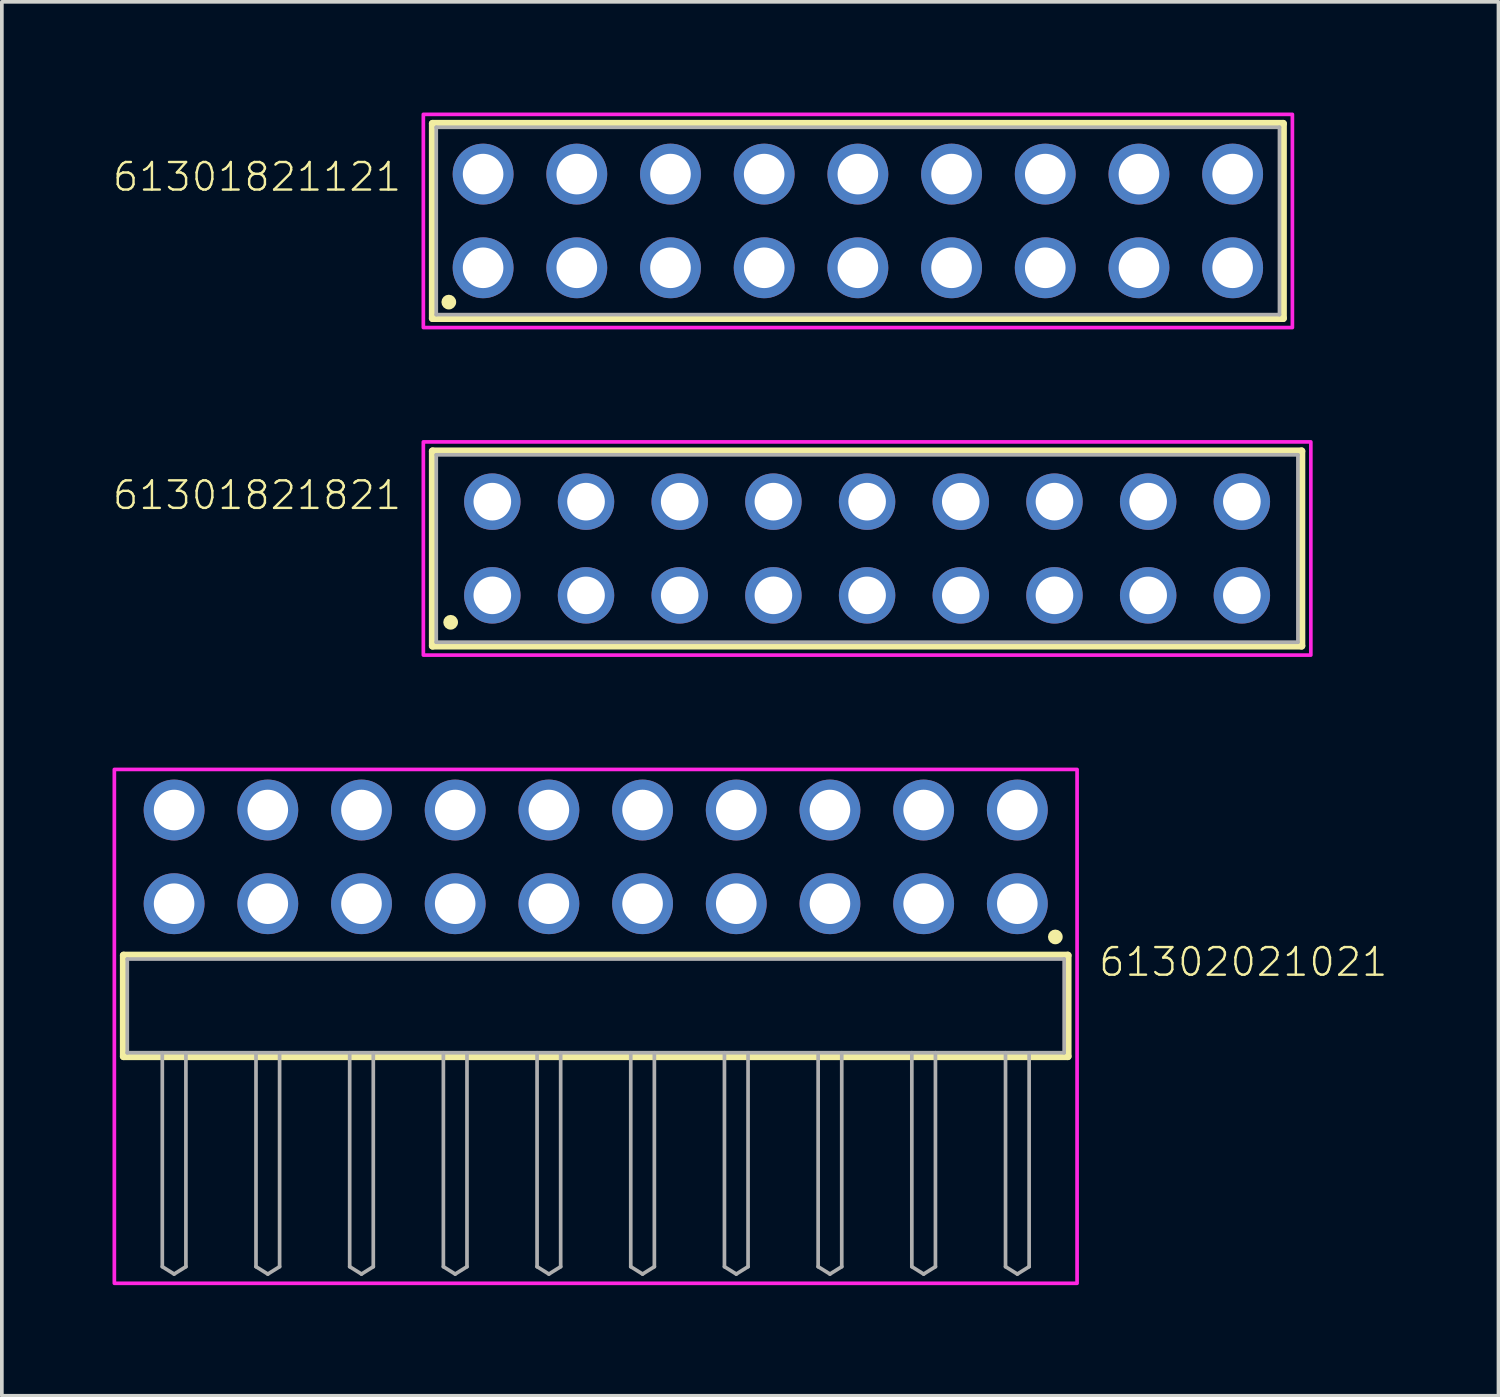
<source format=kicad_pcb>
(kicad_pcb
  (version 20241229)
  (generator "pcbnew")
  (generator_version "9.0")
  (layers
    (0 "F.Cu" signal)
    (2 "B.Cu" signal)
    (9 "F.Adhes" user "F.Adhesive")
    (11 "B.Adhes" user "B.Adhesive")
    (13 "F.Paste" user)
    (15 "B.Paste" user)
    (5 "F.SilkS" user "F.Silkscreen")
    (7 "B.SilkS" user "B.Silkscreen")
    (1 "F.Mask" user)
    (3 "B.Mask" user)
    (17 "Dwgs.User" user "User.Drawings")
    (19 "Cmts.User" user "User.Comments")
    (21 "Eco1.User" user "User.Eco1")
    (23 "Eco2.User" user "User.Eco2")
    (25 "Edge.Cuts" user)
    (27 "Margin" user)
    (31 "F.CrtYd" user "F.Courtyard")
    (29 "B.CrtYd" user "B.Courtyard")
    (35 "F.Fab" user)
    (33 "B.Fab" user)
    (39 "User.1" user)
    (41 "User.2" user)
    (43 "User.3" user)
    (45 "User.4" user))
  (footprint "61301821121"
    (layer "F.Cu")
    (at 20.207 2.94)
    (property "Reference" "61301821121" (at -12.328 -0.756 0) (unlocked yes) (layer "F.SilkS") (effects (font (size 0.748 0.748) (thickness 0.065)) (justify right bottom)))
    (fp_line (start -11.53 -2.64) (end 11.53 -2.64) (stroke (width 0.2) (type solid)) (layer "F.SilkS"))
    (fp_line (start -11.53 2.64) (end -11.53 -2.64) (stroke (width 0.2) (type solid)) (layer "F.SilkS"))
    (fp_line (start 11.53 -2.64) (end 11.53 2.64) (stroke (width 0.2) (type solid)) (layer "F.SilkS"))
    (fp_line (start 11.53 2.64) (end -11.53 2.64) (stroke (width 0.2) (type solid)) (layer "F.SilkS"))
    (fp_circle (center -11.09 2.2) (end -10.99 2.2) (stroke (width 0.2) (type solid)) (fill no) (layer "F.SilkS"))
    (fp_poly (pts (xy 11.78 2.89) (xy -11.78 2.89) (xy -11.78 -2.89) (xy 11.78 -2.89)) (stroke (width 0.1) (type default)) (fill no) (layer "F.CrtYd"))
    (fp_line (start -11.43 -2.54) (end 11.43 -2.54) (stroke (width 0.1) (type solid)) (layer "F.Fab"))
    (fp_line (start -11.43 2.54) (end -11.43 -2.54) (stroke (width 0.1) (type solid)) (layer "F.Fab"))
    (fp_line (start 11.43 -2.54) (end 11.43 2.54) (stroke (width 0.1) (type solid)) (layer "F.Fab"))
    (fp_line (start 11.43 2.54) (end -11.43 2.54) (stroke (width 0.1) (type solid)) (layer "F.Fab"))
    (pad "1" thru_hole circle (at -10.16 1.27 90) (size 1.65 1.65) (drill 1.1) (layers "*.Cu" "*.Mask"))
    (pad "2" thru_hole circle (at -10.16 -1.27 270) (size 1.65 1.65) (drill 1.1) (layers "*.Cu" "*.Mask"))
    (pad "3" thru_hole circle (at -7.62 1.27 90) (size 1.65 1.65) (drill 1.1) (layers "*.Cu" "*.Mask"))
    (pad "4" thru_hole circle (at -7.62 -1.27 270) (size 1.65 1.65) (drill 1.1) (layers "*.Cu" "*.Mask"))
    (pad "5" thru_hole circle (at -5.08 1.27 90) (size 1.65 1.65) (drill 1.1) (layers "*.Cu" "*.Mask"))
    (pad "6" thru_hole circle (at -5.08 -1.27 270) (size 1.65 1.65) (drill 1.1) (layers "*.Cu" "*.Mask"))
    (pad "7" thru_hole circle (at -2.54 1.27 90) (size 1.65 1.65) (drill 1.1) (layers "*.Cu" "*.Mask"))
    (pad "8" thru_hole circle (at -2.54 -1.27 270) (size 1.65 1.65) (drill 1.1) (layers "*.Cu" "*.Mask"))
    (pad "9" thru_hole circle (at 0 1.27 90) (size 1.65 1.65) (drill 1.1) (layers "*.Cu" "*.Mask"))
    (pad "10" thru_hole circle (at 0 -1.27 270) (size 1.65 1.65) (drill 1.1) (layers "*.Cu" "*.Mask"))
    (pad "11" thru_hole circle (at 2.54 1.27 90) (size 1.65 1.65) (drill 1.1) (layers "*.Cu" "*.Mask"))
    (pad "12" thru_hole circle (at 2.54 -1.27 270) (size 1.65 1.65) (drill 1.1) (layers "*.Cu" "*.Mask"))
    (pad "13" thru_hole circle (at 5.08 1.27 90) (size 1.65 1.65) (drill 1.1) (layers "*.Cu" "*.Mask"))
    (pad "14" thru_hole circle (at 5.08 -1.27 270) (size 1.65 1.65) (drill 1.1) (layers "*.Cu" "*.Mask"))
    (pad "15" thru_hole circle (at 7.62 1.27 90) (size 1.65 1.65) (drill 1.1) (layers "*.Cu" "*.Mask"))
    (pad "16" thru_hole circle (at 7.62 -1.27 270) (size 1.65 1.65) (drill 1.1) (layers "*.Cu" "*.Mask"))
    (pad "17" thru_hole circle (at 10.16 1.27 90) (size 1.65 1.65) (drill 1.1) (layers "*.Cu" "*.Mask"))
    (pad "18" thru_hole circle (at 10.16 -1.27 270) (size 1.65 1.65) (drill 1.1) (layers "*.Cu" "*.Mask")))
  (footprint "61301821821"
    (layer "F.Cu")
    (at 20.457 11.82)
    (property "Reference" "61301821821" (at -12.578 -1.006 0) (unlocked yes) (layer "F.SilkS") (effects (font (size 0.748 0.748) (thickness 0.065)) (justify right bottom)))
    (fp_line (start -11.78 -2.64) (end 11.78 -2.64) (stroke (width 0.2) (type solid)) (layer "F.SilkS"))
    (fp_line (start -11.78 2.64) (end -11.78 -2.64) (stroke (width 0.2) (type solid)) (layer "F.SilkS"))
    (fp_line (start 11.78 -2.64) (end 11.78 2.64) (stroke (width 0.2) (type solid)) (layer "F.SilkS"))
    (fp_line (start 11.78 2.64) (end -11.78 2.64) (stroke (width 0.2) (type solid)) (layer "F.SilkS"))
    (fp_circle (center -11.29 2) (end -11.19 2) (stroke (width 0.2) (type solid)) (fill no) (layer "F.SilkS"))
    (fp_poly (pts (xy 12.03 2.89) (xy -12.03 2.89) (xy -12.03 -2.89) (xy 12.03 -2.89)) (stroke (width 0.1) (type default)) (fill no) (layer "F.CrtYd"))
    (fp_line (start -11.68 -2.54) (end -11.68 2.54) (stroke (width 0.1) (type solid)) (layer "F.Fab"))
    (fp_line (start -11.68 2.54) (end 11.68 2.54) (stroke (width 0.1) (type solid)) (layer "F.Fab"))
    (fp_line (start 11.68 -2.54) (end -11.68 -2.54) (stroke (width 0.1) (type solid)) (layer "F.Fab"))
    (fp_line (start 11.68 2.54) (end 11.68 -2.54) (stroke (width 0.1) (type solid)) (layer "F.Fab"))
    (pad "1" thru_hole circle (at -10.16 1.27) (size 1.53 1.53) (drill 1.02) (layers "*.Cu" "*.Mask"))
    (pad "2" thru_hole circle (at -10.16 -1.27) (size 1.53 1.53) (drill 1.02) (layers "*.Cu" "*.Mask"))
    (pad "3" thru_hole circle (at -7.62 1.27) (size 1.53 1.53) (drill 1.02) (layers "*.Cu" "*.Mask"))
    (pad "4" thru_hole circle (at -7.62 -1.27) (size 1.53 1.53) (drill 1.02) (layers "*.Cu" "*.Mask"))
    (pad "5" thru_hole circle (at -5.08 1.27) (size 1.53 1.53) (drill 1.02) (layers "*.Cu" "*.Mask"))
    (pad "6" thru_hole circle (at -5.08 -1.27) (size 1.53 1.53) (drill 1.02) (layers "*.Cu" "*.Mask"))
    (pad "7" thru_hole circle (at -2.54 1.27) (size 1.53 1.53) (drill 1.02) (layers "*.Cu" "*.Mask"))
    (pad "8" thru_hole circle (at -2.54 -1.27) (size 1.53 1.53) (drill 1.02) (layers "*.Cu" "*.Mask"))
    (pad "9" thru_hole circle (at 0 1.27) (size 1.53 1.53) (drill 1.02) (layers "*.Cu" "*.Mask"))
    (pad "10" thru_hole circle (at 0 -1.27) (size 1.53 1.53) (drill 1.02) (layers "*.Cu" "*.Mask"))
    (pad "11" thru_hole circle (at 2.54 1.27) (size 1.53 1.53) (drill 1.02) (layers "*.Cu" "*.Mask"))
    (pad "12" thru_hole circle (at 2.54 -1.27) (size 1.53 1.53) (drill 1.02) (layers "*.Cu" "*.Mask"))
    (pad "13" thru_hole circle (at 5.08 1.27) (size 1.53 1.53) (drill 1.02) (layers "*.Cu" "*.Mask"))
    (pad "14" thru_hole circle (at 5.08 -1.27) (size 1.53 1.53) (drill 1.02) (layers "*.Cu" "*.Mask"))
    (pad "15" thru_hole circle (at 7.62 1.27) (size 1.53 1.53) (drill 1.02) (layers "*.Cu" "*.Mask"))
    (pad "16" thru_hole circle (at 7.62 -1.27) (size 1.53 1.53) (drill 1.02) (layers "*.Cu" "*.Mask"))
    (pad "17" thru_hole circle (at 10.16 1.27) (size 1.53 1.53) (drill 1.02) (layers "*.Cu" "*.Mask"))
    (pad "18" thru_hole circle (at 10.16 -1.27) (size 1.53 1.53) (drill 1.02) (layers "*.Cu" "*.Mask")))
  (footprint "61302021021"
    (layer "F.Cu")
    (at 13.1 24.22)
    (property "Reference" "61302021021" (at 13.595 -0.752 0) (unlocked yes) (layer "F.SilkS") (effects (font (size 0.748 0.748) (thickness 0.065)) (justify left bottom)))
    (fp_line (start -12.8 -1.37) (end 12.8 -1.37) (stroke (width 0.2) (type solid)) (layer "F.SilkS"))
    (fp_line (start -12.8 1.37) (end -12.8 -1.37) (stroke (width 0.2) (type solid)) (layer "F.SilkS"))
    (fp_line (start 12.8 -1.37) (end 12.8 1.37) (stroke (width 0.2) (type solid)) (layer "F.SilkS"))
    (fp_line (start 12.8 1.37) (end -12.8 1.37) (stroke (width 0.2) (type solid)) (layer "F.SilkS"))
    (fp_circle (center 12.46 -1.87) (end 12.56 -1.87) (stroke (width 0.2) (type solid)) (fill no) (layer "F.SilkS"))
    (fp_poly (pts (xy 13.05 7.52) (xy -13.05 7.52) (xy -13.05 -6.41) (xy 13.05 -6.41)) (stroke (width 0.1) (type default)) (fill no) (layer "F.CrtYd"))
    (fp_line (start -12.7 -1.27) (end 12.7 -1.27) (stroke (width 0.1) (type solid)) (layer "F.Fab"))
    (fp_line (start -12.7 1.27) (end -12.7 -1.27) (stroke (width 0.1) (type solid)) (layer "F.Fab"))
    (fp_line (start -11.75 1.27) (end -11.75 7.07) (stroke (width 0.1) (type solid)) (layer "F.Fab"))
    (fp_line (start -11.75 7.07) (end -11.43 7.27) (stroke (width 0.1) (type solid)) (layer "F.Fab"))
    (fp_line (start -11.43 7.27) (end -11.11 7.07) (stroke (width 0.1) (type solid)) (layer "F.Fab"))
    (fp_line (start -11.11 1.27) (end -11.11 7.07) (stroke (width 0.1) (type solid)) (layer "F.Fab"))
    (fp_line (start -9.21 1.27) (end -9.21 7.07) (stroke (width 0.1) (type solid)) (layer "F.Fab"))
    (fp_line (start -9.21 7.07) (end -8.89 7.27) (stroke (width 0.1) (type solid)) (layer "F.Fab"))
    (fp_line (start -8.89 7.27) (end -8.57 7.07) (stroke (width 0.1) (type solid)) (layer "F.Fab"))
    (fp_line (start -8.57 1.27) (end -8.57 7.07) (stroke (width 0.1) (type solid)) (layer "F.Fab"))
    (fp_line (start -6.67 1.27) (end -6.67 7.07) (stroke (width 0.1) (type solid)) (layer "F.Fab"))
    (fp_line (start -6.67 7.07) (end -6.35 7.27) (stroke (width 0.1) (type solid)) (layer "F.Fab"))
    (fp_line (start -6.35 7.27) (end -6.03 7.07) (stroke (width 0.1) (type solid)) (layer "F.Fab"))
    (fp_line (start -6.03 1.27) (end -6.03 7.07) (stroke (width 0.1) (type solid)) (layer "F.Fab"))
    (fp_line (start -4.13 1.27) (end -4.13 7.07) (stroke (width 0.1) (type solid)) (layer "F.Fab"))
    (fp_line (start -4.13 7.07) (end -3.81 7.27) (stroke (width 0.1) (type solid)) (layer "F.Fab"))
    (fp_line (start -3.81 7.27) (end -3.49 7.07) (stroke (width 0.1) (type solid)) (layer "F.Fab"))
    (fp_line (start -3.49 1.27) (end -3.49 7.07) (stroke (width 0.1) (type solid)) (layer "F.Fab"))
    (fp_line (start -1.59 1.27) (end -1.59 7.07) (stroke (width 0.1) (type solid)) (layer "F.Fab"))
    (fp_line (start -1.59 7.07) (end -1.27 7.27) (stroke (width 0.1) (type solid)) (layer "F.Fab"))
    (fp_line (start -1.27 7.27) (end -0.95 7.07) (stroke (width 0.1) (type solid)) (layer "F.Fab"))
    (fp_line (start -0.95 1.27) (end -0.95 7.07) (stroke (width 0.1) (type solid)) (layer "F.Fab"))
    (fp_line (start 0.95 1.27) (end 0.95 7.07) (stroke (width 0.1) (type solid)) (layer "F.Fab"))
    (fp_line (start 0.95 7.07) (end 1.27 7.27) (stroke (width 0.1) (type solid)) (layer "F.Fab"))
    (fp_line (start 1.27 7.27) (end 1.59 7.07) (stroke (width 0.1) (type solid)) (layer "F.Fab"))
    (fp_line (start 1.59 1.27) (end 1.59 7.07) (stroke (width 0.1) (type solid)) (layer "F.Fab"))
    (fp_line (start 3.49 1.27) (end 3.49 7.07) (stroke (width 0.1) (type solid)) (layer "F.Fab"))
    (fp_line (start 3.49 7.07) (end 3.81 7.27) (stroke (width 0.1) (type solid)) (layer "F.Fab"))
    (fp_line (start 3.81 7.27) (end 4.13 7.07) (stroke (width 0.1) (type solid)) (layer "F.Fab"))
    (fp_line (start 4.13 1.27) (end 4.13 7.07) (stroke (width 0.1) (type solid)) (layer "F.Fab"))
    (fp_line (start 6.03 1.27) (end 6.03 7.07) (stroke (width 0.1) (type solid)) (layer "F.Fab"))
    (fp_line (start 6.03 7.07) (end 6.35 7.27) (stroke (width 0.1) (type solid)) (layer "F.Fab"))
    (fp_line (start 6.35 7.27) (end 6.67 7.07) (stroke (width 0.1) (type solid)) (layer "F.Fab"))
    (fp_line (start 6.67 1.27) (end 6.67 7.07) (stroke (width 0.1) (type solid)) (layer "F.Fab"))
    (fp_line (start 8.57 1.27) (end -12.7 1.27) (stroke (width 0.1) (type solid)) (layer "F.Fab"))
    (fp_line (start 8.57 1.27) (end 8.57 7.07) (stroke (width 0.1) (type solid)) (layer "F.Fab"))
    (fp_line (start 8.57 7.07) (end 8.89 7.27) (stroke (width 0.1) (type solid)) (layer "F.Fab"))
    (fp_line (start 8.89 7.27) (end 9.21 7.07) (stroke (width 0.1) (type solid)) (layer "F.Fab"))
    (fp_line (start 9.21 1.27) (end 8.57 1.27) (stroke (width 0.1) (type solid)) (layer "F.Fab"))
    (fp_line (start 9.21 1.27) (end 9.21 7.07) (stroke (width 0.1) (type solid)) (layer "F.Fab"))
    (fp_line (start 11.11 1.27) (end 11.11 7.07) (stroke (width 0.1) (type solid)) (layer "F.Fab"))
    (fp_line (start 11.11 7.07) (end 11.43 7.27) (stroke (width 0.1) (type solid)) (layer "F.Fab"))
    (fp_line (start 11.43 7.27) (end 11.75 7.07) (stroke (width 0.1) (type solid)) (layer "F.Fab"))
    (fp_line (start 11.75 1.27) (end 11.75 7.07) (stroke (width 0.1) (type solid)) (layer "F.Fab"))
    (fp_line (start 12.7 -1.27) (end 12.7 1.27) (stroke (width 0.1) (type solid)) (layer "F.Fab"))
    (fp_line (start 12.7 1.27) (end 9.21 1.27) (stroke (width 0.1) (type solid)) (layer "F.Fab"))
    (pad "1" thru_hole circle (at 11.43 -2.77) (size 1.65 1.65) (drill 1.1) (layers "*.Cu" "*.Mask"))
    (pad "2" thru_hole circle (at 11.43 -5.31) (size 1.65 1.65) (drill 1.1) (layers "*.Cu" "*.Mask"))
    (pad "3" thru_hole circle (at 8.89 -2.77) (size 1.65 1.65) (drill 1.1) (layers "*.Cu" "*.Mask"))
    (pad "4" thru_hole circle (at 8.89 -5.31) (size 1.65 1.65) (drill 1.1) (layers "*.Cu" "*.Mask"))
    (pad "5" thru_hole circle (at 6.35 -2.77) (size 1.65 1.65) (drill 1.1) (layers "*.Cu" "*.Mask"))
    (pad "6" thru_hole circle (at 6.35 -5.31) (size 1.65 1.65) (drill 1.1) (layers "*.Cu" "*.Mask"))
    (pad "7" thru_hole circle (at 3.81 -2.77) (size 1.65 1.65) (drill 1.1) (layers "*.Cu" "*.Mask"))
    (pad "8" thru_hole circle (at 3.81 -5.31) (size 1.65 1.65) (drill 1.1) (layers "*.Cu" "*.Mask"))
    (pad "9" thru_hole circle (at 1.27 -2.77) (size 1.65 1.65) (drill 1.1) (layers "*.Cu" "*.Mask"))
    (pad "10" thru_hole circle (at 1.27 -5.31) (size 1.65 1.65) (drill 1.1) (layers "*.Cu" "*.Mask"))
    (pad "11" thru_hole circle (at -1.27 -2.77) (size 1.65 1.65) (drill 1.1) (layers "*.Cu" "*.Mask"))
    (pad "12" thru_hole circle (at -1.27 -5.31) (size 1.65 1.65) (drill 1.1) (layers "*.Cu" "*.Mask"))
    (pad "13" thru_hole circle (at -3.81 -2.77) (size 1.65 1.65) (drill 1.1) (layers "*.Cu" "*.Mask"))
    (pad "14" thru_hole circle (at -3.81 -5.31) (size 1.65 1.65) (drill 1.1) (layers "*.Cu" "*.Mask"))
    (pad "15" thru_hole circle (at -6.35 -2.77) (size 1.65 1.65) (drill 1.1) (layers "*.Cu" "*.Mask"))
    (pad "16" thru_hole circle (at -6.35 -5.31) (size 1.65 1.65) (drill 1.1) (layers "*.Cu" "*.Mask"))
    (pad "17" thru_hole circle (at -8.89 -2.77) (size 1.65 1.65) (drill 1.1) (layers "*.Cu" "*.Mask"))
    (pad "18" thru_hole circle (at -8.89 -5.31) (size 1.65 1.65) (drill 1.1) (layers "*.Cu" "*.Mask"))
    (pad "19" thru_hole circle (at -11.43 -2.77) (size 1.65 1.65) (drill 1.1) (layers "*.Cu" "*.Mask"))
    (pad "20" thru_hole circle (at -11.43 -5.31) (size 1.65 1.65) (drill 1.1) (layers "*.Cu" "*.Mask")))
  (gr_rect
    (start -3 -3)
    (end 37.574 34.79)
    (stroke (width 0.1) (type default))
    (fill no)
    (layer "Edge.Cuts")))
</source>
